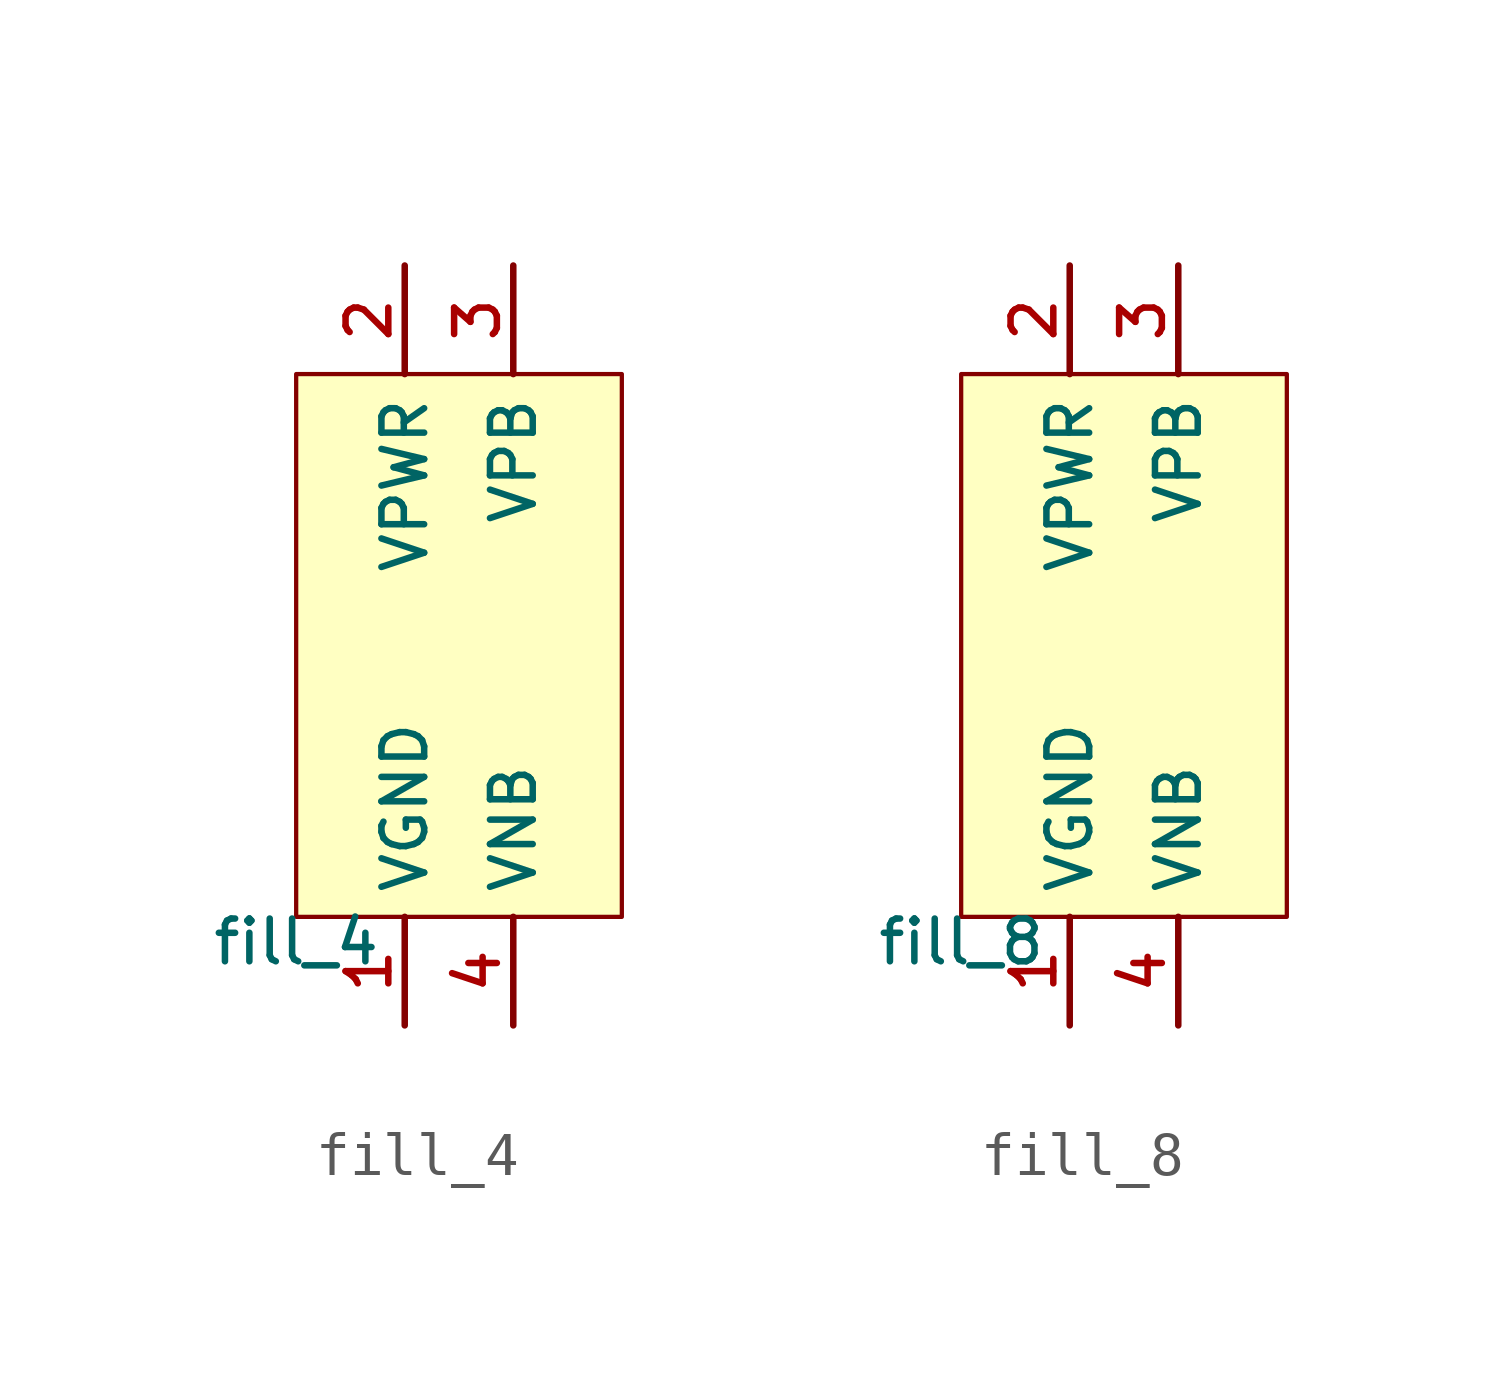
<source format=kicad_sym>
(kicad_symbol_lib
  (version 20211014)
  (generator pdk2kicad)
  (symbol "fill_4"
    (property "Reference" "X"
      (at 0 0 0)
      (effects (font (size 1 1)) hide))
    (property "Value" "fill_4"
      (at -3.81 -6.35 0)
      (effects (font (size 1 1)) (justify top)))
    (rectangle
      (start -3.81 -6.35)
      (end 3.81 6.35)
      (stroke (width 0.1) (type solid) (color 0 0 0 0))
      (fill (type background)))
    (pin power_in line
      (at -1.27 -8.89 90)
      (length 2.54)
      (name "VGND" (effects (font (size 1 1)) hide))
      (number "1" (effects (font (size 1 1)) hide)))
    (pin power_in line
      (at -1.27 8.89 270)
      (length 2.54)
      (name "VPWR" (effects (font (size 1 1)) hide))
      (number "2" (effects (font (size 1 1)) hide)))
    (pin power_in line
      (at 1.27 8.89 270)
      (length 2.54)
      (name "VPB" (effects (font (size 1 1)) hide))
      (number "3" (effects (font (size 1 1)) hide)))
    (pin power_in line
      (at 1.27 -8.89 90)
      (length 2.54)
      (name "VNB" (effects (font (size 1 1)) hide))
      (number "4" (effects (font (size 1 1)) hide))))
  (symbol "fill_8"
    (property "Reference" "X"
      (at 0 0 0)
      (effects (font (size 1 1)) hide))
    (property "Value" "fill_8"
      (at -3.81 -6.35 0)
      (effects (font (size 1 1)) (justify top)))
    (rectangle
      (start -3.81 -6.35)
      (end 3.81 6.35)
      (stroke (width 0.1) (type solid) (color 0 0 0 0))
      (fill (type background)))
    (pin power_in line
      (at -1.27 -8.89 90)
      (length 2.54)
      (name "VGND" (effects (font (size 1 1)) hide))
      (number "1" (effects (font (size 1 1)) hide)))
    (pin power_in line
      (at -1.27 8.89 270)
      (length 2.54)
      (name "VPWR" (effects (font (size 1 1)) hide))
      (number "2" (effects (font (size 1 1)) hide)))
    (pin power_in line
      (at 1.27 8.89 270)
      (length 2.54)
      (name "VPB" (effects (font (size 1 1)) hide))
      (number "3" (effects (font (size 1 1)) hide)))
    (pin power_in line
      (at 1.27 -8.89 90)
      (length 2.54)
      (name "VNB" (effects (font (size 1 1)) hide))
      (number "4" (effects (font (size 1 1)) hide)))))
</source>
